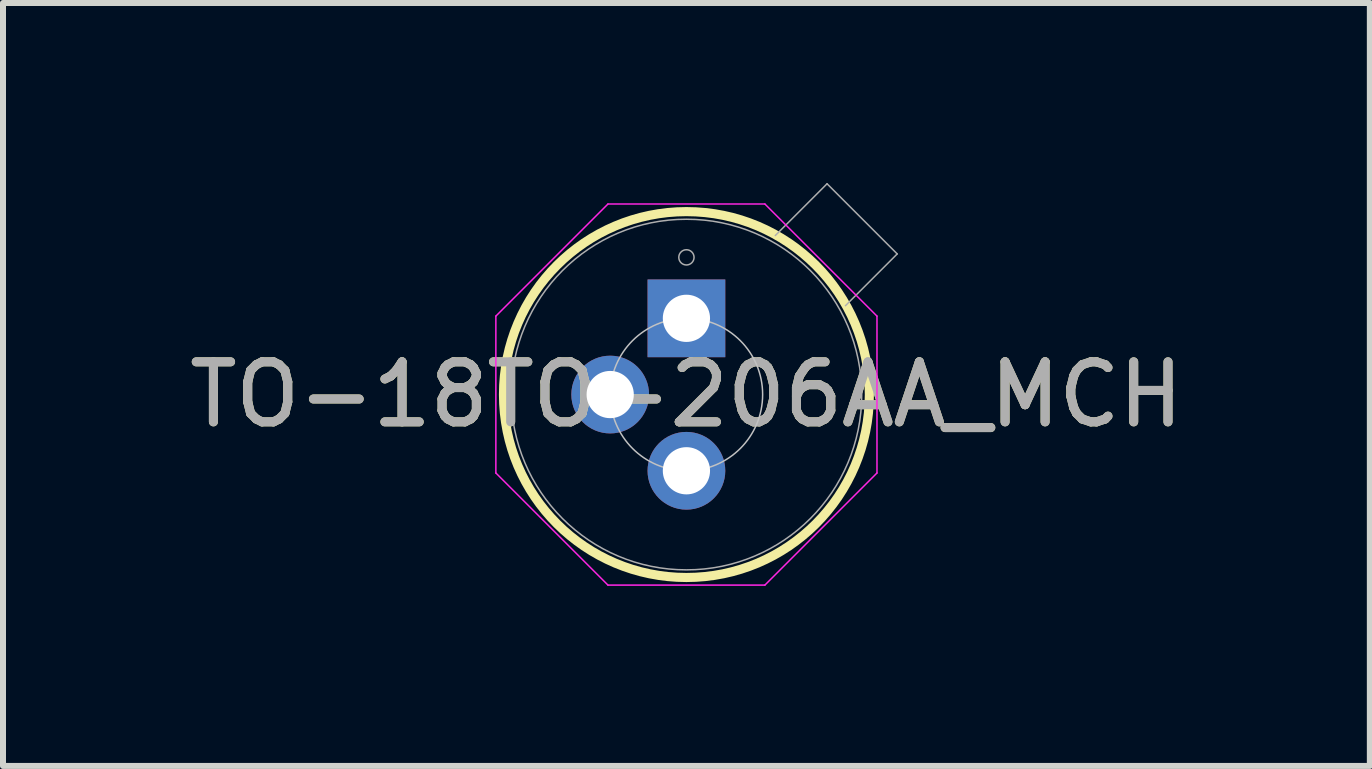
<source format=kicad_pcb>
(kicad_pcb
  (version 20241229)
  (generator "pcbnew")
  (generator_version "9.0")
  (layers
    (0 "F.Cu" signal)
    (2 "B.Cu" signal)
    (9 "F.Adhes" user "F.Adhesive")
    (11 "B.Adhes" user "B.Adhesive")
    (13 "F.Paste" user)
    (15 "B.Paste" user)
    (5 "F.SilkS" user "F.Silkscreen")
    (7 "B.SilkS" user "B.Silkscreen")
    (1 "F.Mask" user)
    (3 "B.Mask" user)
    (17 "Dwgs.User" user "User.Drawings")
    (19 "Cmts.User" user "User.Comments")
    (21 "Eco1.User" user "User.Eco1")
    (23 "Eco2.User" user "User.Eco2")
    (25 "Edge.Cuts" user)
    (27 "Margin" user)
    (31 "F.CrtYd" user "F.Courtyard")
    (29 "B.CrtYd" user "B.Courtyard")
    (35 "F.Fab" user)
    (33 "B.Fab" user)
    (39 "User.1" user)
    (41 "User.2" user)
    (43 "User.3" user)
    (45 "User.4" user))
  (footprint "TO-18TO-206AA_MCH"
    (layer "F.Cu")
    (at 8.387 2.254)
    (property "Reference" "TO-18TO-206AA_MCH" (at 0 1.27 0) (unlocked yes) (layer "F.SilkS") (effects (font (size 1 1) (thickness 0.15))))
    (attr through_hole)
    (fp_circle (center 0 1.27) (end 3.048 1.27) (stroke (width 0.152) (type solid)) (fill no) (layer "F.SilkS"))
    (fp_circle (center 0 1.27) (end 1.27 1.27) (stroke (width 0.025) (type solid)) (fill no) (layer "Dwgs.User"))
    (fp_line (start -3.175 -0.037) (end -1.307 -1.905) (stroke (width 0.025) (type solid)) (layer "F.CrtYd"))
    (fp_line (start -3.175 2.577) (end -3.175 -0.037) (stroke (width 0.025) (type solid)) (layer "F.CrtYd"))
    (fp_line (start -1.307 -1.905) (end 1.307 -1.905) (stroke (width 0.025) (type solid)) (layer "F.CrtYd"))
    (fp_line (start -1.307 4.445) (end -3.175 2.577) (stroke (width 0.025) (type solid)) (layer "F.CrtYd"))
    (fp_line (start 1.307 -1.905) (end 3.175 -0.037) (stroke (width 0.025) (type solid)) (layer "F.CrtYd"))
    (fp_line (start 1.307 4.445) (end -1.307 4.445) (stroke (width 0.025) (type solid)) (layer "F.CrtYd"))
    (fp_line (start 3.175 -0.037) (end 3.175 2.577) (stroke (width 0.025) (type solid)) (layer "F.CrtYd"))
    (fp_line (start 3.175 2.577) (end 1.307 4.445) (stroke (width 0.025) (type solid)) (layer "F.CrtYd"))
    (fp_line (start 2.343 -2.242) (end 1.481 -1.38) (stroke (width 0.025) (type solid)) (layer "F.Fab"))
    (fp_line (start 3.512 -1.073) (end 2.343 -2.242) (stroke (width 0.025) (type solid)) (layer "F.Fab"))
    (fp_line (start 3.512 -1.073) (end 2.65 -0.211) (stroke (width 0.025) (type solid)) (layer "F.Fab"))
    (fp_circle (center 0 -1.016) (end 0.127 -1.016) (stroke (width 0.025) (type solid)) (fill no) (layer "F.Fab"))
    (fp_circle (center 0 1.27) (end 2.921 1.27) (stroke (width 0.025) (type solid)) (fill no) (layer "F.Fab"))
    (fp_text user "${REFERENCE}" (at 0 1.27 0) (unlocked yes) (layer "F.Fab") (effects (font (size 1 1) (thickness 0.15))))
    (pad "1" thru_hole rect (at 0 0) (size 1.295 1.295) (drill 0.787) (layers "*.Cu" "*.Mask"))
    (pad "2" thru_hole circle (at -1.27 1.27) (size 1.295 1.295) (drill 0.787) (layers "*.Cu" "*.Mask"))
    (pad "3" thru_hole circle (at 0 2.54) (size 1.295 1.295) (drill 0.787) (layers "*.Cu" "*.Mask")))
  (gr_rect
    (start -3 -3)
    (end 19.774 9.712)
    (stroke (width 0.1) (type default))
    (fill no)
    (layer "Edge.Cuts")))
</source>
